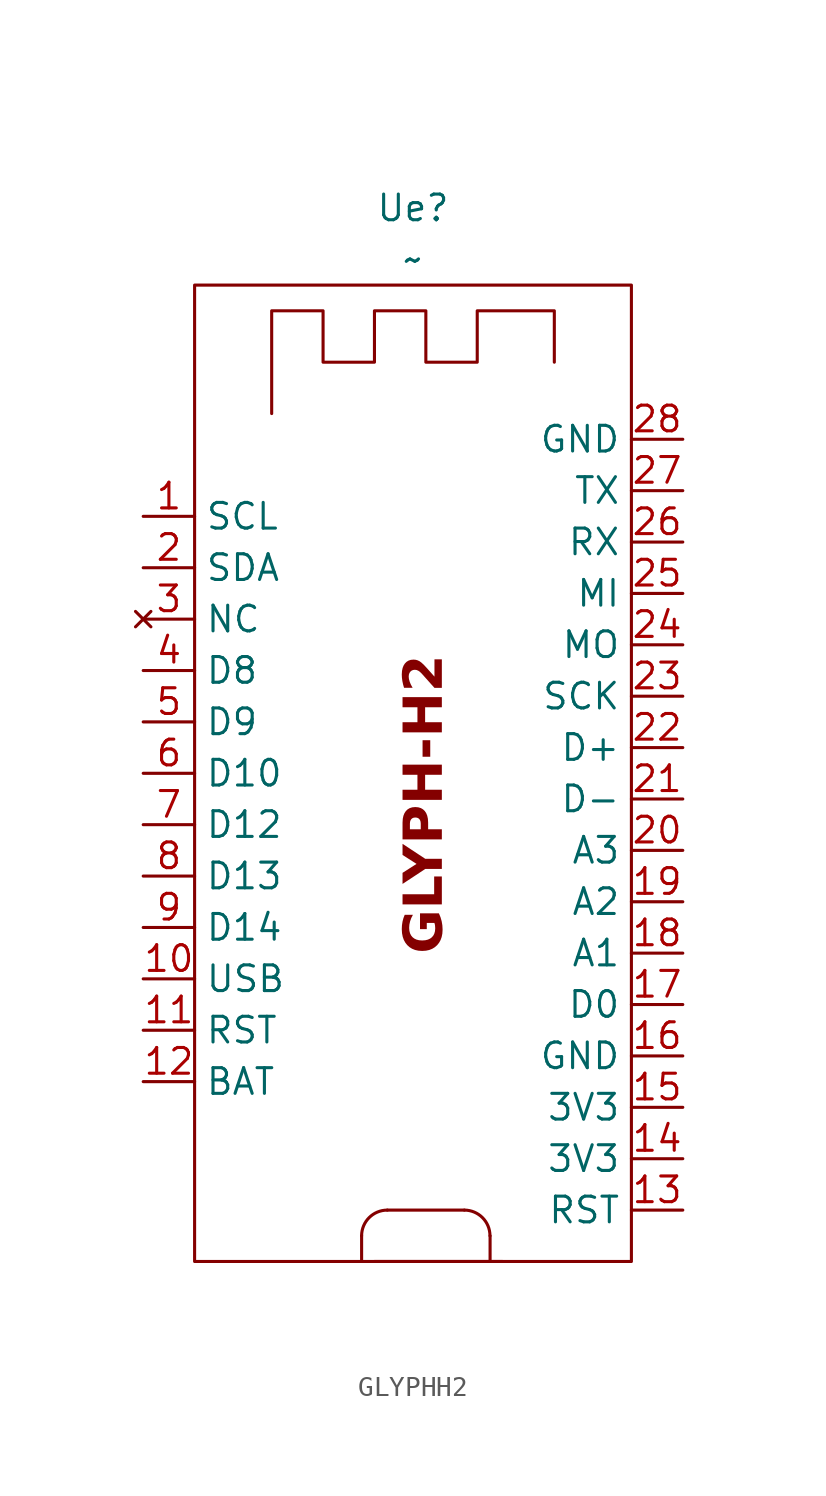
<source format=kicad_sym>
(kicad_symbol_lib
  (version 20241209)
  (generator "kicad_symbol_editor")
  (generator_version "9.0")
  (symbol "GLYPHH2"
    (property "Reference" "Ue"
      (at -0.635 29.21 0)
      (effects (font (size 1.27 1.27))))
    (property "Value" "~"
      (at -0.635 26.67 0)
      (effects (font (size 1.27 1.27))))
    (symbol "GLYPHH2_0_1"
      (rectangle (start -11.43 25.4) (end 10.16 -22.86) (stroke (width 0) (type default)) (fill (type none)))
      (polyline (pts (xy -7.62 19.05) (xy -7.62 24.13) (xy -5.08 24.13) (xy -5.08 21.59) (xy -2.54 21.59) (xy -2.54 24.13) (xy 0 24.13) (xy 0 21.59) (xy 2.54 21.59) (xy 2.54 24.13) (xy 6.35 24.13) (xy 6.35 21.59)) (stroke (width 0) (type default)) (fill (type none)))
      (polyline (pts (xy -3.175 -21.59) (xy -3.175 -22.86)) (stroke (width 0) (type default)) (fill (type none)))
      (polyline (pts (xy -2.54 -22.86) (xy 3.81 -22.86)) (stroke (width 0) (type default)) (fill (type none)))
      (arc (start -3.175 -21.59) (mid -2.803 -20.692) (end -1.905 -20.32) (stroke (width 0) (type default)) (fill (type none)))
      (polyline (pts (xy 1.905 -20.32) (xy -1.905 -20.32)) (stroke (width 0) (type default)) (fill (type none)))
      (arc (start 1.9051 -20.3199) (mid 2.8031 -20.6919) (end 3.1751 -21.5899) (stroke (width 0) (type default)) (fill (type none)))
      (polyline (pts (xy 3.175 -21.59) (xy 3.175 -22.86)) (stroke (width 0) (type default)) (fill (type none)))
      (rectangle (start 3.81 -22.86) (end 3.81 -22.86) (stroke (width 0) (type default)) (fill (type none))))
    (symbol "GLYPHH2_1_0"
      (pin power_in line (at -13.97 -8.89 0) (length 2.54) (name "USB" (effects (font (size 1.27 1.27)))) (number "10" (effects (font (size 1.27 1.27)))))
      (pin passive line (at -13.97 -11.43 0) (length 2.54) (name "RST" (effects (font (size 1.27 1.27)))) (number "11" (effects (font (size 1.27 1.27)))))
      (pin power_in line (at -13.97 -13.97 0) (length 2.54) (name "BAT" (effects (font (size 1.27 1.27)))) (number "12" (effects (font (size 1.27 1.27)))))
      (pin power_in line (at 12.7 17.78 180) (length 2.54) (name "GND" (effects (font (size 1.27 1.27)))) (number "28" (effects (font (size 1.27 1.27)))))
      (pin bidirectional line (at 12.7 15.24 180) (length 2.54) (name "TX" (effects (font (size 1.27 1.27)))) (number "27" (effects (font (size 1.27 1.27)))))
      (pin bidirectional line (at 12.7 12.7 180) (length 2.54) (name "RX" (effects (font (size 1.27 1.27)))) (number "26" (effects (font (size 1.27 1.27)))))
      (pin bidirectional line (at 12.7 10.16 180) (length 2.54) (name "MI" (effects (font (size 1.27 1.27)))) (number "25" (effects (font (size 1.27 1.27)))))
      (pin bidirectional line (at 12.7 7.62 180) (length 2.54) (name "MO" (effects (font (size 1.27 1.27)))) (number "24" (effects (font (size 1.27 1.27)))))
      (pin bidirectional line (at 12.7 5.08 180) (length 2.54) (name "SCK" (effects (font (size 1.27 1.27)))) (number "23" (effects (font (size 1.27 1.27)))))
      (pin bidirectional line (at 12.7 2.54 180) (length 2.54) (name "D+" (effects (font (size 1.27 1.27)))) (number "22" (effects (font (size 1.27 1.27)))))
      (pin bidirectional line (at 12.7 0 180) (length 2.54) (name "D-" (effects (font (size 1.27 1.27)))) (number "21" (effects (font (size 1.27 1.27)))))
      (pin bidirectional line (at 12.7 -2.54 180) (length 2.54) (name "A3" (effects (font (size 1.27 1.27)))) (number "20" (effects (font (size 1.27 1.27)))))
      (pin bidirectional line (at 12.7 -5.08 180) (length 2.54) (name "A2" (effects (font (size 1.27 1.27)))) (number "19" (effects (font (size 1.27 1.27)))))
      (pin bidirectional line (at 12.7 -7.62 180) (length 2.54) (name "A1" (effects (font (size 1.27 1.27)))) (number "18" (effects (font (size 1.27 1.27)))))
      (pin bidirectional line (at 12.7 -10.16 180) (length 2.54) (name "D0" (effects (font (size 1.27 1.27)))) (number "17" (effects (font (size 1.27 1.27)))))
      (pin power_in line (at 12.7 -12.7 180) (length 2.54) (name "GND" (effects (font (size 1.27 1.27)))) (number "16" (effects (font (size 1.27 1.27)))))
      (pin power_in line (at 12.7 -15.24 180) (length 2.54) (name "3V3" (effects (font (size 1.27 1.27)))) (number "15" (effects (font (size 1.27 1.27)))))
      (pin power_in line (at 12.7 -17.78 180) (length 2.54) (name "3V3" (effects (font (size 1.27 1.27)))) (number "14" (effects (font (size 1.27 1.27)))))
      (pin passive line (at 12.7 -20.32 180) (length 2.54) (name "RST" (effects (font (size 1.27 1.27)))) (number "13" (effects (font (size 1.27 1.27))))))
    (symbol "GLYPHH2_1_1"
      (text "GLYPH-H2" (at 0 -0.254 900) (effects (font (face "Lexend") (size 1.905 1.905) (bold yes))))
      (pin bidirectional line (at -13.97 13.97 0) (length 2.54) (name "SCL" (effects (font (size 1.27 1.27)))) (number "1" (effects (font (size 1.27 1.27)))))
      (pin bidirectional line (at -13.97 11.43 0) (length 2.54) (name "SDA" (effects (font (size 1.27 1.27)))) (number "2" (effects (font (size 1.27 1.27)))))
      (pin no_connect line (at -13.97 8.89 0) (length 2.54) (name "NC" (effects (font (size 1.27 1.27)))) (number "3" (effects (font (size 1.27 1.27)))))
      (pin bidirectional line (at -13.97 6.35 0) (length 2.54) (name "D8" (effects (font (size 1.27 1.27)))) (number "4" (effects (font (size 1.27 1.27)))))
      (pin bidirectional line (at -13.97 3.81 0) (length 2.54) (name "D9" (effects (font (size 1.27 1.27)))) (number "5" (effects (font (size 1.27 1.27)))))
      (pin bidirectional line (at -13.97 1.27 0) (length 2.54) (name "D10" (effects (font (size 1.27 1.27)))) (number "6" (effects (font (size 1.27 1.27)))))
      (pin bidirectional line (at -13.97 -1.27 0) (length 2.54) (name "D12" (effects (font (size 1.27 1.27)))) (number "7" (effects (font (size 1.27 1.27)))))
      (pin bidirectional line (at -13.97 -3.81 0) (length 2.54) (name "D13" (effects (font (size 1.27 1.27)))) (number "8" (effects (font (size 1.27 1.27)))))
      (pin bidirectional line (at -13.97 -6.35 0) (length 2.54) (name "D14" (effects (font (size 1.27 1.27)))) (number "9" (effects (font (size 1.27 1.27))))))))
</source>
